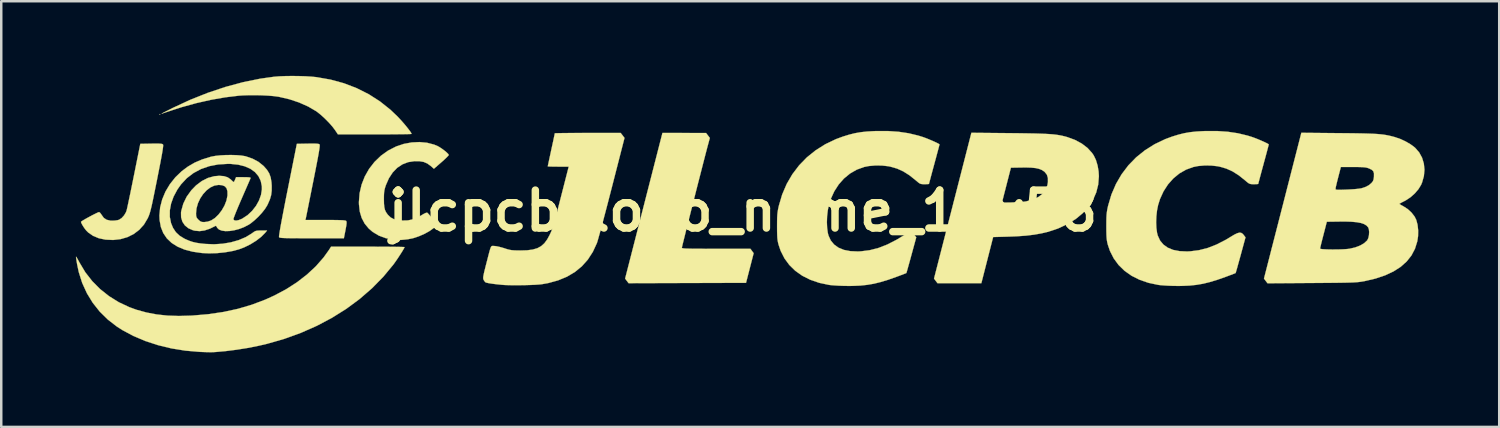
<source format=kicad_pcb>
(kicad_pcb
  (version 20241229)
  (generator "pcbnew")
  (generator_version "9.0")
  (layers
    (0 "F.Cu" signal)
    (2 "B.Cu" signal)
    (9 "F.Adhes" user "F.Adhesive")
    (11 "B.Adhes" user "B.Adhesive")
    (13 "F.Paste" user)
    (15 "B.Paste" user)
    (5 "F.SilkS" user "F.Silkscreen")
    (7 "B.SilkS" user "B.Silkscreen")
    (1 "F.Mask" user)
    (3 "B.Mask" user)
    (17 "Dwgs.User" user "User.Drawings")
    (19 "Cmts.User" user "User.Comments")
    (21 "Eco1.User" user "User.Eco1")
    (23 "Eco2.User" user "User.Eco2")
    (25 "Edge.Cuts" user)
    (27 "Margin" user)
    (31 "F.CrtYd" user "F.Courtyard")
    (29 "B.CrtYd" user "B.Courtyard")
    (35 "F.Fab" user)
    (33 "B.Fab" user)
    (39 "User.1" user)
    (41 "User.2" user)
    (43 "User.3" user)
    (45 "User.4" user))
  (footprint "jlcpcb_logo_name_17x58"
    (layer "F.Cu")
    (at 26.816 5.427)
    (property "Reference" "jlcpcb_logo_name_17x58" (at 0 0 0) (layer "F.SilkS") (effects (font (size 1.524 1.524) (thickness 0.3))))
    (attr through_hole)
    (fp_poly (pts (xy -23.424 -3.881) (xy -23.439 -3.866) (xy -23.453 -3.881) (xy -23.439 -3.895) (xy -23.424 -3.881)) (stroke (width 0.01) (type solid)) (fill yes) (layer "F.SilkS"))
    (fp_poly (pts (xy -1.482 -3.131) (xy -1.406 -3.031) (xy -1.331 -2.932) (xy -1.397 -2.687) (xy -1.43 -2.566) (xy -1.472 -2.405) (xy -1.523 -2.209) (xy -1.581 -1.984) (xy -1.645 -1.734) (xy -1.714 -1.465) (xy -1.787 -1.181) (xy -1.862 -0.888) (xy -1.937 -0.591) (xy -2.012 -0.295) (xy -2.086 -0.006) (xy -2.156 0.272) (xy -2.222 0.534) (xy -2.283 0.774) (xy -2.336 0.988) (xy -2.381 1.169) (xy -2.417 1.313) (xy -2.441 1.416) (xy -2.454 1.471) (xy -2.455 1.478) (xy -2.451 1.489) (xy -2.436 1.498) (xy -2.406 1.505) (xy -2.355 1.511) (xy -2.279 1.515) (xy -2.174 1.518) (xy -2.036 1.521) (xy -1.858 1.522) (xy -1.638 1.523) (xy -1.37 1.524) (xy -1.078 1.524) (xy 0.3 1.524) (xy 0.431 1.701) (xy 0.124 2.893) (xy -2.237 2.9) (xy -4.597 2.907) (xy -4.737 2.723) (xy -3.236 -3.133) (xy -1.482 -3.131)) (stroke (width 0.01) (type solid)) (fill yes) (layer "F.SilkS"))
    (fp_poly (pts (xy -17.195 -2.704) (xy -17.109 -2.699) (xy -17.056 -2.69) (xy -17.026 -2.676) (xy -17.02 -2.67) (xy -17.014 -2.65) (xy -17.014 -2.609) (xy -17.021 -2.543) (xy -17.034 -2.448) (xy -17.055 -2.32) (xy -17.085 -2.154) (xy -17.124 -1.948) (xy -17.173 -1.696) (xy -17.232 -1.396) (xy -17.272 -1.194) (xy -17.328 -0.916) (xy -17.38 -0.653) (xy -17.429 -0.411) (xy -17.472 -0.195) (xy -17.509 -0.011) (xy -17.539 0.136) (xy -17.56 0.24) (xy -17.572 0.296) (xy -17.573 0.303) (xy -17.589 0.367) (xy -16.785 0.367) (xy -16.543 0.367) (xy -16.352 0.369) (xy -16.205 0.372) (xy -16.098 0.376) (xy -16.024 0.383) (xy -15.977 0.391) (xy -15.952 0.402) (xy -15.948 0.407) (xy -15.935 0.438) (xy -15.934 0.495) (xy -15.944 0.586) (xy -15.968 0.72) (xy -15.978 0.774) (xy -16.042 1.101) (xy -17.333 1.101) (xy -17.639 1.101) (xy -17.894 1.1) (xy -18.102 1.099) (xy -18.267 1.097) (xy -18.396 1.094) (xy -18.492 1.09) (xy -18.56 1.085) (xy -18.605 1.078) (xy -18.632 1.07) (xy -18.646 1.06) (xy -18.649 1.056) (xy -18.649 1.018) (xy -18.637 0.925) (xy -18.613 0.777) (xy -18.578 0.575) (xy -18.53 0.32) (xy -18.471 0.011) (xy -18.401 -0.35) (xy -18.319 -0.765) (xy -18.303 -0.842) (xy -17.933 -2.695) (xy -17.493 -2.703) (xy -17.32 -2.705) (xy -17.195 -2.704)) (stroke (width 0.01) (type solid)) (fill yes) (layer "F.SilkS"))
    (fp_poly (pts (xy -17.858 -5.419) (xy -17.589 -5.411) (xy -17.345 -5.396) (xy -17.145 -5.376) (xy -16.58 -5.277) (xy -16.041 -5.13) (xy -15.529 -4.934) (xy -15.045 -4.691) (xy -14.592 -4.401) (xy -14.171 -4.066) (xy -13.884 -3.792) (xy -13.77 -3.67) (xy -13.656 -3.542) (xy -13.549 -3.416) (xy -13.456 -3.3) (xy -13.382 -3.202) (xy -13.335 -3.13) (xy -13.321 -3.094) (xy -13.348 -3.09) (xy -13.427 -3.087) (xy -13.551 -3.084) (xy -13.717 -3.082) (xy -13.918 -3.08) (xy -14.149 -3.078) (xy -14.406 -3.077) (xy -14.682 -3.076) (xy -14.802 -3.076) (xy -16.282 -3.076) (xy -16.401 -3.253) (xy -16.509 -3.395) (xy -16.65 -3.554) (xy -16.808 -3.714) (xy -16.969 -3.861) (xy -17.118 -3.98) (xy -17.155 -4.006) (xy -17.478 -4.195) (xy -17.842 -4.357) (xy -18.236 -4.488) (xy -18.649 -4.584) (xy -18.669 -4.588) (xy -18.852 -4.613) (xy -19.077 -4.632) (xy -19.329 -4.645) (xy -19.594 -4.651) (xy -19.856 -4.65) (xy -20.102 -4.642) (xy -20.264 -4.631) (xy -20.81 -4.565) (xy -21.384 -4.465) (xy -21.969 -4.333) (xy -22.553 -4.172) (xy -22.888 -4.065) (xy -23.038 -4.015) (xy -23.172 -3.971) (xy -23.278 -3.936) (xy -23.348 -3.913) (xy -23.368 -3.907) (xy -23.358 -3.915) (xy -23.303 -3.944) (xy -23.212 -3.992) (xy -23.091 -4.053) (xy -22.947 -4.125) (xy -22.931 -4.134) (xy -22.227 -4.461) (xy -21.516 -4.744) (xy -20.804 -4.982) (xy -20.096 -5.173) (xy -19.398 -5.315) (xy -18.852 -5.391) (xy -18.648 -5.408) (xy -18.404 -5.418) (xy -18.135 -5.422) (xy -17.858 -5.419)) (stroke (width 0.01) (type solid)) (fill yes) (layer "F.SilkS"))
    (fp_poly (pts (xy -23.488 -2.704) (xy -23.402 -2.699) (xy -23.349 -2.69) (xy -23.32 -2.675) (xy -23.314 -2.67) (xy -23.308 -2.65) (xy -23.308 -2.607) (xy -23.315 -2.539) (xy -23.329 -2.441) (xy -23.351 -2.308) (xy -23.382 -2.137) (xy -23.422 -1.924) (xy -23.473 -1.664) (xy -23.534 -1.355) (xy -23.548 -1.282) (xy -23.611 -0.97) (xy -23.664 -0.708) (xy -23.708 -0.491) (xy -23.746 -0.312) (xy -23.778 -0.168) (xy -23.807 -0.051) (xy -23.832 0.043) (xy -23.856 0.12) (xy -23.879 0.186) (xy -23.904 0.245) (xy -23.931 0.303) (xy -23.931 0.303) (xy -24.079 0.551) (xy -24.267 0.76) (xy -24.489 0.929) (xy -24.742 1.055) (xy -25.02 1.136) (xy -25.319 1.17) (xy -25.626 1.156) (xy -25.891 1.101) (xy -26.123 1.005) (xy -26.317 0.871) (xy -26.396 0.793) (xy -26.454 0.721) (xy -26.513 0.636) (xy -26.564 0.551) (xy -26.599 0.482) (xy -26.61 0.441) (xy -26.608 0.436) (xy -26.566 0.405) (xy -26.488 0.358) (xy -26.386 0.299) (xy -26.27 0.236) (xy -26.153 0.173) (xy -26.043 0.118) (xy -25.954 0.075) (xy -25.896 0.051) (xy -25.881 0.048) (xy -25.84 0.079) (xy -25.793 0.141) (xy -25.78 0.163) (xy -25.692 0.283) (xy -25.577 0.358) (xy -25.428 0.392) (xy -25.353 0.395) (xy -25.24 0.389) (xy -25.136 0.373) (xy -25.079 0.356) (xy -24.976 0.289) (xy -24.879 0.183) (xy -24.804 0.057) (xy -24.779 -0.009) (xy -24.766 -0.06) (xy -24.743 -0.161) (xy -24.712 -0.305) (xy -24.674 -0.486) (xy -24.629 -0.698) (xy -24.581 -0.934) (xy -24.529 -1.189) (xy -24.484 -1.411) (xy -24.226 -2.695) (xy -23.787 -2.703) (xy -23.613 -2.705) (xy -23.488 -2.704)) (stroke (width 0.01) (type solid)) (fill yes) (layer "F.SilkS"))
    (fp_poly (pts (xy 10.723 -3.125) (xy 11.102 -3.121) (xy 11.429 -3.116) (xy 11.711 -3.111) (xy 11.951 -3.104) (xy 12.157 -3.096) (xy 12.332 -3.086) (xy 12.483 -3.074) (xy 12.614 -3.058) (xy 12.73 -3.04) (xy 12.838 -3.018) (xy 12.942 -2.993) (xy 13.048 -2.963) (xy 13.053 -2.961) (xy 13.357 -2.848) (xy 13.625 -2.703) (xy 13.853 -2.528) (xy 14.035 -2.327) (xy 14.104 -2.225) (xy 14.191 -2.042) (xy 14.257 -1.823) (xy 14.297 -1.588) (xy 14.309 -1.394) (xy 14.282 -1.058) (xy 14.202 -0.74) (xy 14.072 -0.441) (xy 13.892 -0.164) (xy 13.664 0.089) (xy 13.39 0.317) (xy 13.071 0.518) (xy 12.709 0.689) (xy 12.559 0.746) (xy 12.291 0.833) (xy 12.011 0.902) (xy 11.71 0.956) (xy 11.379 0.996) (xy 11.009 1.022) (xy 10.681 1.035) (xy 10.058 1.052) (xy 9.821 1.98) (xy 9.584 2.907) (xy 7.82 2.907) (xy 7.751 2.815) (xy 7.681 2.723) (xy 8.468 -0.346) (xy 10.415 -0.346) (xy 10.44 -0.338) (xy 10.51 -0.334) (xy 10.615 -0.334) (xy 10.744 -0.336) (xy 10.886 -0.342) (xy 11.031 -0.349) (xy 11.168 -0.358) (xy 11.285 -0.368) (xy 11.373 -0.379) (xy 11.392 -0.383) (xy 11.658 -0.457) (xy 11.876 -0.558) (xy 12.044 -0.687) (xy 12.165 -0.845) (xy 12.239 -1.032) (xy 12.26 -1.157) (xy 12.259 -1.323) (xy 12.217 -1.456) (xy 12.13 -1.565) (xy 12.107 -1.584) (xy 12.014 -1.645) (xy 11.902 -1.69) (xy 11.763 -1.721) (xy 11.589 -1.738) (xy 11.372 -1.745) (xy 11.218 -1.743) (xy 10.772 -1.736) (xy 10.594 -1.044) (xy 10.546 -0.856) (xy 10.502 -0.686) (xy 10.466 -0.543) (xy 10.438 -0.434) (xy 10.42 -0.366) (xy 10.415 -0.346) (xy 8.468 -0.346) (xy 9.184 -3.139) (xy 10.723 -3.125)) (stroke (width 0.01) (type solid)) (fill yes) (layer "F.SilkS"))
    (fp_poly (pts (xy -14.797 1.44) (xy -14.532 1.441) (xy -14.29 1.442) (xy -14.076 1.444) (xy -13.896 1.446) (xy -13.754 1.449) (xy -13.656 1.452) (xy -13.608 1.455) (xy -13.603 1.457) (xy -13.618 1.493) (xy -13.659 1.566) (xy -13.719 1.665) (xy -13.793 1.78) (xy -13.872 1.901) (xy -13.952 2.018) (xy -14.025 2.121) (xy -14.046 2.15) (xy -14.456 2.646) (xy -14.911 3.11) (xy -15.409 3.542) (xy -15.947 3.939) (xy -16.522 4.299) (xy -17.132 4.622) (xy -17.774 4.905) (xy -18.446 5.148) (xy -19.145 5.348) (xy -19.505 5.431) (xy -19.918 5.512) (xy -20.351 5.581) (xy -20.782 5.636) (xy -21.189 5.673) (xy -21.294 5.679) (xy -21.374 5.681) (xy -21.496 5.68) (xy -21.644 5.676) (xy -21.803 5.67) (xy -21.844 5.668) (xy -22.415 5.619) (xy -22.973 5.529) (xy -23.511 5.399) (xy -24.023 5.232) (xy -24.503 5.029) (xy -24.945 4.793) (xy -25.166 4.652) (xy -25.532 4.369) (xy -25.857 4.049) (xy -26.138 3.695) (xy -26.373 3.31) (xy -26.562 2.897) (xy -26.701 2.457) (xy -26.766 2.147) (xy -26.786 2.028) (xy -26.801 1.927) (xy -26.81 1.86) (xy -26.811 1.843) (xy -26.799 1.851) (xy -26.767 1.901) (xy -26.72 1.985) (xy -26.668 2.081) (xy -26.436 2.469) (xy -26.159 2.824) (xy -25.84 3.145) (xy -25.483 3.428) (xy -25.093 3.671) (xy -24.671 3.869) (xy -24.381 3.975) (xy -23.98 4.085) (xy -23.569 4.163) (xy -23.137 4.21) (xy -22.676 4.225) (xy -22.175 4.211) (xy -22.15 4.21) (xy -21.498 4.154) (xy -20.884 4.064) (xy -20.302 3.938) (xy -19.744 3.773) (xy -19.204 3.569) (xy -18.838 3.403) (xy -18.364 3.151) (xy -17.924 2.868) (xy -17.524 2.558) (xy -17.166 2.225) (xy -16.856 1.871) (xy -16.647 1.579) (xy -16.557 1.439) (xy -15.08 1.439) (xy -14.797 1.44)) (stroke (width 0.01) (type solid)) (fill yes) (layer "F.SilkS"))
    (fp_poly (pts (xy -12.7 -2.738) (xy -12.419 -2.665) (xy -12.291 -2.614) (xy -12.203 -2.566) (xy -12.104 -2.501) (xy -12.006 -2.429) (xy -11.919 -2.357) (xy -11.855 -2.295) (xy -11.826 -2.253) (xy -11.825 -2.248) (xy -11.845 -2.218) (xy -11.901 -2.159) (xy -11.984 -2.079) (xy -12.087 -1.985) (xy -12.124 -1.953) (xy -12.423 -1.693) (xy -12.549 -1.804) (xy -12.688 -1.905) (xy -12.837 -1.968) (xy -13.011 -1.997) (xy -13.204 -1.998) (xy -13.459 -1.959) (xy -13.692 -1.869) (xy -13.9 -1.73) (xy -14.08 -1.543) (xy -14.232 -1.311) (xy -14.354 -1.034) (xy -14.355 -1.029) (xy -14.39 -0.923) (xy -14.413 -0.83) (xy -14.426 -0.734) (xy -14.432 -0.617) (xy -14.433 -0.466) (xy -14.43 -0.287) (xy -14.417 -0.151) (xy -14.392 -0.044) (xy -14.352 0.046) (xy -14.291 0.134) (xy -14.264 0.167) (xy -14.161 0.265) (xy -14.038 0.331) (xy -13.884 0.371) (xy -13.702 0.389) (xy -13.469 0.383) (xy -13.258 0.338) (xy -13.051 0.251) (xy -12.909 0.167) (xy -12.819 0.114) (xy -12.743 0.08) (xy -12.697 0.07) (xy -12.695 0.071) (xy -12.662 0.099) (xy -12.605 0.163) (xy -12.532 0.252) (xy -12.473 0.33) (xy -12.293 0.573) (xy -12.415 0.678) (xy -12.59 0.805) (xy -12.802 0.924) (xy -13.033 1.024) (xy -13.264 1.1) (xy -13.476 1.142) (xy -13.481 1.142) (xy -13.632 1.158) (xy -13.742 1.168) (xy -13.828 1.171) (xy -13.905 1.17) (xy -13.988 1.163) (xy -14.041 1.157) (xy -14.355 1.098) (xy -14.636 0.995) (xy -14.881 0.849) (xy -15.043 0.71) (xy -15.208 0.51) (xy -15.327 0.284) (xy -15.403 0.029) (xy -15.436 -0.261) (xy -15.438 -0.355) (xy -15.41 -0.711) (xy -15.33 -1.056) (xy -15.201 -1.384) (xy -15.027 -1.69) (xy -14.811 -1.968) (xy -14.556 -2.214) (xy -14.267 -2.422) (xy -13.947 -2.586) (xy -13.936 -2.591) (xy -13.631 -2.693) (xy -13.316 -2.751) (xy -13.003 -2.766) (xy -12.7 -2.738)) (stroke (width 0.01) (type solid)) (fill yes) (layer "F.SilkS"))
    (fp_poly (pts (xy -4.837 -3.033) (xy -4.761 -2.933) (xy -5.276 -0.923) (xy -5.362 -0.59) (xy -5.445 -0.269) (xy -5.525 0.036) (xy -5.6 0.32) (xy -5.669 0.578) (xy -5.73 0.805) (xy -5.783 0.995) (xy -5.825 1.145) (xy -5.856 1.25) (xy -5.872 1.298) (xy -6.035 1.649) (xy -6.236 1.959) (xy -6.476 2.228) (xy -6.755 2.457) (xy -7.074 2.646) (xy -7.432 2.794) (xy -7.83 2.903) (xy -8.081 2.948) (xy -8.198 2.96) (xy -8.359 2.971) (xy -8.552 2.979) (xy -8.765 2.985) (xy -8.985 2.988) (xy -9.2 2.989) (xy -9.398 2.986) (xy -9.566 2.981) (xy -9.68 2.973) (xy -9.894 2.951) (xy -10.074 2.929) (xy -10.215 2.907) (xy -10.309 2.887) (xy -10.352 2.871) (xy -10.393 2.824) (xy -10.427 2.768) (xy -10.438 2.737) (xy -10.442 2.697) (xy -10.438 2.641) (xy -10.423 2.559) (xy -10.398 2.444) (xy -10.359 2.288) (xy -10.33 2.173) (xy -10.272 1.948) (xy -10.227 1.772) (xy -10.192 1.639) (xy -10.164 1.543) (xy -10.141 1.477) (xy -10.121 1.437) (xy -10.099 1.416) (xy -10.075 1.409) (xy -10.046 1.409) (xy -10.009 1.411) (xy -10 1.411) (xy -9.915 1.42) (xy -9.798 1.445) (xy -9.666 1.48) (xy -9.598 1.501) (xy -9.482 1.539) (xy -9.385 1.564) (xy -9.293 1.58) (xy -9.188 1.588) (xy -9.054 1.592) (xy -8.946 1.593) (xy -8.676 1.585) (xy -8.451 1.555) (xy -8.265 1.501) (xy -8.111 1.417) (xy -7.981 1.3) (xy -7.868 1.147) (xy -7.776 0.977) (xy -7.744 0.912) (xy -7.716 0.852) (xy -7.691 0.791) (xy -7.665 0.725) (xy -7.639 0.649) (xy -7.611 0.557) (xy -7.578 0.444) (xy -7.54 0.304) (xy -7.494 0.133) (xy -7.44 -0.075) (xy -7.376 -0.325) (xy -7.3 -0.623) (xy -7.266 -0.755) (xy -7.004 -1.778) (xy -7.425 -1.778) (xy -7.572 -1.779) (xy -7.696 -1.781) (xy -7.789 -1.784) (xy -7.839 -1.788) (xy -7.846 -1.79) (xy -7.84 -1.82) (xy -7.824 -1.897) (xy -7.799 -2.014) (xy -7.767 -2.163) (xy -7.73 -2.335) (xy -7.705 -2.453) (xy -7.665 -2.636) (xy -7.629 -2.801) (xy -7.6 -2.939) (xy -7.578 -3.043) (xy -7.566 -3.104) (xy -7.564 -3.118) (xy -7.536 -3.121) (xy -7.458 -3.123) (xy -7.334 -3.126) (xy -7.171 -3.128) (xy -6.973 -3.13) (xy -6.746 -3.132) (xy -6.496 -3.132) (xy -6.239 -3.133) (xy -4.914 -3.133) (xy -4.837 -3.033)) (stroke (width 0.01) (type solid)) (fill yes) (layer "F.SilkS"))
    (fp_poly (pts (xy 6.257 -3.18) (xy 6.659 -3.12) (xy 7.046 -3.027) (xy 7.221 -2.973) (xy 7.322 -2.937) (xy 7.44 -2.891) (xy 7.565 -2.839) (xy 7.684 -2.787) (xy 7.787 -2.739) (xy 7.863 -2.7) (xy 7.9 -2.675) (xy 7.902 -2.671) (xy 7.895 -2.642) (xy 7.875 -2.565) (xy 7.844 -2.447) (xy 7.803 -2.296) (xy 7.756 -2.118) (xy 7.702 -1.921) (xy 7.691 -1.878) (xy 7.636 -1.677) (xy 7.587 -1.495) (xy 7.545 -1.338) (xy 7.512 -1.213) (xy 7.489 -1.127) (xy 7.479 -1.087) (xy 7.479 -1.085) (xy 7.453 -1.078) (xy 7.386 -1.074) (xy 7.302 -1.072) (xy 7.214 -1.074) (xy 7.15 -1.084) (xy 7.094 -1.109) (xy 7.029 -1.158) (xy 6.948 -1.227) (xy 6.693 -1.431) (xy 6.446 -1.587) (xy 6.196 -1.7) (xy 5.933 -1.776) (xy 5.838 -1.795) (xy 5.585 -1.823) (xy 5.317 -1.825) (xy 5.058 -1.802) (xy 4.869 -1.764) (xy 4.577 -1.658) (xy 4.307 -1.503) (xy 4.063 -1.303) (xy 3.85 -1.062) (xy 3.671 -0.785) (xy 3.53 -0.476) (xy 3.453 -0.232) (xy 3.41 -0.017) (xy 3.383 0.218) (xy 3.375 0.456) (xy 3.384 0.682) (xy 3.411 0.881) (xy 3.439 0.991) (xy 3.531 1.191) (xy 3.666 1.354) (xy 3.842 1.48) (xy 4.06 1.569) (xy 4.318 1.619) (xy 4.617 1.632) (xy 4.744 1.626) (xy 5.097 1.581) (xy 5.448 1.491) (xy 5.804 1.352) (xy 6.17 1.164) (xy 6.361 1.049) (xy 6.515 0.957) (xy 6.632 0.9) (xy 6.722 0.875) (xy 6.793 0.883) (xy 6.852 0.921) (xy 6.895 0.969) (xy 6.967 1.064) (xy 6.772 1.778) (xy 6.72 1.969) (xy 6.672 2.141) (xy 6.631 2.288) (xy 6.599 2.401) (xy 6.578 2.474) (xy 6.57 2.499) (xy 6.542 2.511) (xy 6.47 2.539) (xy 6.365 2.579) (xy 6.235 2.628) (xy 6.167 2.653) (xy 5.836 2.77) (xy 5.539 2.86) (xy 5.264 2.928) (xy 4.995 2.974) (xy 4.719 3.003) (xy 4.422 3.016) (xy 4.219 3.017) (xy 4.033 3.014) (xy 3.845 3.007) (xy 3.671 2.996) (xy 3.527 2.984) (xy 3.457 2.975) (xy 3.064 2.892) (xy 2.706 2.769) (xy 2.386 2.608) (xy 2.105 2.41) (xy 1.866 2.177) (xy 1.669 1.909) (xy 1.517 1.609) (xy 1.433 1.363) (xy 1.411 1.274) (xy 1.394 1.187) (xy 1.383 1.09) (xy 1.377 0.972) (xy 1.373 0.821) (xy 1.372 0.626) (xy 1.372 0.621) (xy 1.373 0.425) (xy 1.376 0.272) (xy 1.383 0.149) (xy 1.395 0.042) (xy 1.412 -0.063) (xy 1.437 -0.178) (xy 1.445 -0.212) (xy 1.578 -0.661) (xy 1.759 -1.082) (xy 1.986 -1.472) (xy 2.257 -1.829) (xy 2.57 -2.151) (xy 2.923 -2.435) (xy 3.313 -2.68) (xy 3.74 -2.884) (xy 4.022 -2.988) (xy 4.269 -3.064) (xy 4.502 -3.122) (xy 4.737 -3.163) (xy 4.99 -3.19) (xy 5.278 -3.206) (xy 5.364 -3.209) (xy 5.829 -3.209) (xy 6.257 -3.18)) (stroke (width 0.01) (type solid)) (fill yes) (layer "F.SilkS"))
    (fp_poly (pts (xy 19.493 -3.18) (xy 19.895 -3.12) (xy 20.282 -3.027) (xy 20.457 -2.973) (xy 20.558 -2.937) (xy 20.677 -2.891) (xy 20.801 -2.839) (xy 20.92 -2.787) (xy 21.023 -2.739) (xy 21.099 -2.7) (xy 21.136 -2.675) (xy 21.138 -2.671) (xy 21.131 -2.642) (xy 21.111 -2.565) (xy 21.08 -2.447) (xy 21.04 -2.296) (xy 20.992 -2.118) (xy 20.938 -1.921) (xy 20.927 -1.878) (xy 20.872 -1.677) (xy 20.823 -1.495) (xy 20.781 -1.338) (xy 20.748 -1.213) (xy 20.725 -1.127) (xy 20.715 -1.087) (xy 20.715 -1.085) (xy 20.689 -1.078) (xy 20.622 -1.074) (xy 20.539 -1.072) (xy 20.45 -1.074) (xy 20.387 -1.084) (xy 20.331 -1.109) (xy 20.265 -1.158) (xy 20.185 -1.227) (xy 19.929 -1.431) (xy 19.682 -1.587) (xy 19.432 -1.7) (xy 19.169 -1.776) (xy 19.074 -1.795) (xy 18.821 -1.823) (xy 18.553 -1.825) (xy 18.295 -1.802) (xy 18.106 -1.764) (xy 17.813 -1.658) (xy 17.543 -1.503) (xy 17.3 -1.303) (xy 17.086 -1.062) (xy 16.907 -0.785) (xy 16.766 -0.476) (xy 16.689 -0.232) (xy 16.646 -0.017) (xy 16.62 0.218) (xy 16.611 0.456) (xy 16.62 0.682) (xy 16.647 0.881) (xy 16.675 0.991) (xy 16.767 1.191) (xy 16.902 1.354) (xy 17.078 1.48) (xy 17.296 1.569) (xy 17.554 1.619) (xy 17.853 1.632) (xy 17.98 1.626) (xy 18.333 1.581) (xy 18.684 1.491) (xy 19.04 1.352) (xy 19.407 1.164) (xy 19.598 1.049) (xy 19.751 0.957) (xy 19.868 0.9) (xy 19.958 0.875) (xy 20.029 0.883) (xy 20.089 0.921) (xy 20.131 0.969) (xy 20.203 1.064) (xy 20.009 1.778) (xy 19.956 1.969) (xy 19.908 2.141) (xy 19.868 2.288) (xy 19.835 2.401) (xy 19.814 2.474) (xy 19.806 2.499) (xy 19.778 2.511) (xy 19.707 2.539) (xy 19.601 2.579) (xy 19.471 2.628) (xy 19.403 2.653) (xy 19.072 2.77) (xy 18.775 2.86) (xy 18.5 2.928) (xy 18.231 2.974) (xy 17.955 3.003) (xy 17.658 3.016) (xy 17.455 3.017) (xy 17.269 3.014) (xy 17.081 3.007) (xy 16.907 2.996) (xy 16.763 2.984) (xy 16.693 2.975) (xy 16.3 2.892) (xy 15.942 2.769) (xy 15.622 2.608) (xy 15.341 2.41) (xy 15.102 2.177) (xy 14.905 1.909) (xy 14.753 1.609) (xy 14.669 1.363) (xy 14.647 1.274) (xy 14.631 1.187) (xy 14.62 1.09) (xy 14.613 0.972) (xy 14.609 0.821) (xy 14.608 0.626) (xy 14.608 0.621) (xy 14.609 0.425) (xy 14.612 0.272) (xy 14.619 0.149) (xy 14.631 0.042) (xy 14.648 -0.063) (xy 14.673 -0.178) (xy 14.681 -0.212) (xy 14.814 -0.661) (xy 14.996 -1.082) (xy 15.223 -1.472) (xy 15.493 -1.829) (xy 15.806 -2.151) (xy 16.159 -2.435) (xy 16.55 -2.68) (xy 16.977 -2.884) (xy 17.258 -2.988) (xy 17.505 -3.064) (xy 17.738 -3.122) (xy 17.973 -3.163) (xy 18.226 -3.19) (xy 18.514 -3.206) (xy 18.6 -3.209) (xy 19.066 -3.209) (xy 19.493 -3.18)) (stroke (width 0.01) (type solid)) (fill yes) (layer "F.SilkS"))
    (fp_poly (pts (xy 23.959 -3.125) (xy 24.322 -3.122) (xy 24.634 -3.118) (xy 24.901 -3.113) (xy 25.128 -3.107) (xy 25.321 -3.1) (xy 25.486 -3.091) (xy 25.627 -3.079) (xy 25.751 -3.065) (xy 25.863 -3.047) (xy 25.969 -3.026) (xy 26.075 -3.001) (xy 26.185 -2.972) (xy 26.218 -2.962) (xy 26.43 -2.889) (xy 26.644 -2.789) (xy 26.842 -2.673) (xy 27.005 -2.551) (xy 27.021 -2.537) (xy 27.183 -2.352) (xy 27.3 -2.139) (xy 27.372 -1.903) (xy 27.397 -1.654) (xy 27.374 -1.398) (xy 27.302 -1.143) (xy 27.262 -1.047) (xy 27.155 -0.872) (xy 27.007 -0.7) (xy 26.832 -0.545) (xy 26.642 -0.42) (xy 26.594 -0.395) (xy 26.499 -0.347) (xy 26.428 -0.308) (xy 26.392 -0.285) (xy 26.39 -0.282) (xy 26.412 -0.263) (xy 26.471 -0.227) (xy 26.55 -0.184) (xy 26.724 -0.072) (xy 26.878 0.07) (xy 27 0.228) (xy 27.066 0.359) (xy 27.119 0.555) (xy 27.144 0.781) (xy 27.14 1.015) (xy 27.109 1.224) (xy 27.016 1.522) (xy 26.874 1.792) (xy 26.683 2.033) (xy 26.444 2.247) (xy 26.156 2.432) (xy 25.819 2.59) (xy 25.433 2.72) (xy 24.999 2.822) (xy 24.977 2.826) (xy 24.908 2.838) (xy 24.841 2.849) (xy 24.771 2.858) (xy 24.693 2.866) (xy 24.602 2.872) (xy 24.493 2.878) (xy 24.361 2.882) (xy 24.202 2.886) (xy 24.01 2.889) (xy 23.781 2.892) (xy 23.509 2.894) (xy 23.19 2.897) (xy 22.87 2.899) (xy 21.088 2.911) (xy 21.017 2.817) (xy 20.945 2.723) (xy 21.254 1.517) (xy 23.2 1.517) (xy 23.226 1.529) (xy 23.299 1.539) (xy 23.408 1.546) (xy 23.545 1.551) (xy 23.699 1.553) (xy 23.861 1.552) (xy 24.02 1.549) (xy 24.168 1.542) (xy 24.294 1.533) (xy 24.378 1.523) (xy 24.607 1.471) (xy 24.807 1.395) (xy 24.972 1.3) (xy 25.09 1.191) (xy 25.1 1.178) (xy 25.141 1.091) (xy 25.166 0.974) (xy 25.173 0.849) (xy 25.162 0.737) (xy 25.135 0.664) (xy 25.068 0.59) (xy 24.971 0.531) (xy 24.839 0.486) (xy 24.668 0.455) (xy 24.454 0.436) (xy 24.192 0.428) (xy 23.977 0.43) (xy 23.472 0.437) (xy 23.337 0.96) (xy 23.294 1.125) (xy 23.257 1.272) (xy 23.228 1.392) (xy 23.208 1.477) (xy 23.2 1.516) (xy 23.2 1.517) (xy 21.254 1.517) (xy 21.697 -0.208) (xy 21.872 -0.892) (xy 23.821 -0.892) (xy 23.823 -0.872) (xy 23.837 -0.858) (xy 23.869 -0.85) (xy 23.928 -0.846) (xy 24.022 -0.847) (xy 24.159 -0.851) (xy 24.278 -0.855) (xy 24.446 -0.864) (xy 24.605 -0.875) (xy 24.742 -0.889) (xy 24.844 -0.904) (xy 24.878 -0.912) (xy 25.043 -0.968) (xy 25.169 -1.037) (xy 25.271 -1.126) (xy 25.322 -1.19) (xy 25.35 -1.26) (xy 25.365 -1.36) (xy 25.366 -1.384) (xy 25.367 -1.505) (xy 25.342 -1.589) (xy 25.282 -1.65) (xy 25.178 -1.702) (xy 25.15 -1.713) (xy 25.09 -1.733) (xy 25.02 -1.747) (xy 24.929 -1.756) (xy 24.808 -1.761) (xy 24.646 -1.764) (xy 24.528 -1.764) (xy 24.036 -1.764) (xy 23.93 -1.355) (xy 23.892 -1.207) (xy 23.86 -1.075) (xy 23.836 -0.971) (xy 23.823 -0.906) (xy 23.821 -0.892) (xy 21.872 -0.892) (xy 22.448 -3.139) (xy 23.959 -3.125)) (stroke (width 0.01) (type solid)) (fill yes) (layer "F.SilkS"))
    (fp_poly (pts (xy -20.363 -2.24) (xy -20.171 -2.225) (xy -20.017 -2.2) (xy -19.981 -2.191) (xy -19.708 -2.096) (xy -19.477 -1.972) (xy -19.281 -1.815) (xy -19.259 -1.794) (xy -19.133 -1.651) (xy -19.043 -1.506) (xy -18.985 -1.345) (xy -18.953 -1.153) (xy -18.943 -1.011) (xy -18.944 -0.809) (xy -18.966 -0.633) (xy -19.016 -0.462) (xy -19.097 -0.276) (xy -19.129 -0.212) (xy -19.216 -0.074) (xy -19.338 0.08) (xy -19.482 0.236) (xy -19.636 0.38) (xy -19.785 0.501) (xy -19.873 0.559) (xy -20.06 0.655) (xy -20.255 0.729) (xy -20.449 0.78) (xy -20.635 0.809) (xy -20.804 0.814) (xy -20.949 0.794) (xy -21.062 0.75) (xy -21.135 0.68) (xy -21.143 0.664) (xy -21.172 0.615) (xy -21.193 0.6) (xy -21.429 0.716) (xy -21.642 0.787) (xy -21.839 0.814) (xy -22.028 0.798) (xy -22.109 0.778) (xy -22.292 0.699) (xy -22.435 0.583) (xy -22.534 0.435) (xy -22.586 0.259) (xy -22.589 0.092) (xy -21.985 0.092) (xy -21.982 0.191) (xy -21.967 0.256) (xy -21.932 0.31) (xy -21.889 0.356) (xy -21.819 0.417) (xy -21.753 0.445) (xy -21.662 0.451) (xy -21.656 0.451) (xy -21.514 0.432) (xy -21.378 0.385) (xy -21.226 0.288) (xy -21.08 0.146) (xy -20.948 -0.027) (xy -20.839 -0.219) (xy -20.762 -0.418) (xy -20.723 -0.611) (xy -20.721 -0.626) (xy -20.723 -0.789) (xy -20.758 -0.908) (xy -20.828 -0.988) (xy -20.939 -1.032) (xy -21.082 -1.044) (xy -21.247 -1.017) (xy -21.409 -0.942) (xy -21.563 -0.825) (xy -21.701 -0.675) (xy -21.819 -0.499) (xy -21.909 -0.305) (xy -21.967 -0.1) (xy -21.985 0.092) (xy -22.589 0.092) (xy -22.589 0.063) (xy -22.58 0.004) (xy -22.497 -0.291) (xy -22.362 -0.569) (xy -22.175 -0.828) (xy -21.985 -1.024) (xy -21.754 -1.199) (xy -21.509 -1.323) (xy -21.253 -1.393) (xy -21.054 -1.41) (xy -20.864 -1.396) (xy -20.712 -1.348) (xy -20.591 -1.264) (xy -20.58 -1.253) (xy -20.521 -1.197) (xy -20.48 -1.162) (xy -20.471 -1.157) (xy -20.453 -1.18) (xy -20.425 -1.238) (xy -20.417 -1.256) (xy -20.376 -1.355) (xy -20.077 -1.355) (xy -19.938 -1.353) (xy -19.849 -1.348) (xy -19.802 -1.337) (xy -19.791 -1.322) (xy -19.792 -1.319) (xy -19.806 -1.286) (xy -19.84 -1.207) (xy -19.891 -1.089) (xy -19.956 -0.94) (xy -20.032 -0.766) (xy -20.116 -0.573) (xy -20.149 -0.497) (xy -20.235 -0.299) (xy -20.312 -0.116) (xy -20.378 0.044) (xy -20.43 0.176) (xy -20.466 0.273) (xy -20.483 0.327) (xy -20.483 0.335) (xy -20.45 0.378) (xy -20.379 0.391) (xy -20.278 0.373) (xy -20.157 0.326) (xy -20.118 0.306) (xy -19.912 0.17) (xy -19.73 -0.002) (xy -19.575 -0.2) (xy -19.455 -0.416) (xy -19.374 -0.639) (xy -19.338 -0.862) (xy -19.34 -0.987) (xy -19.385 -1.207) (xy -19.479 -1.399) (xy -19.618 -1.561) (xy -19.8 -1.692) (xy -20.025 -1.791) (xy -20.289 -1.857) (xy -20.591 -1.888) (xy -20.704 -1.89) (xy -21.094 -1.867) (xy -21.456 -1.797) (xy -21.788 -1.681) (xy -22.089 -1.52) (xy -22.357 -1.314) (xy -22.589 -1.065) (xy -22.736 -0.857) (xy -22.887 -0.575) (xy -22.988 -0.295) (xy -23.039 -0.021) (xy -23.04 0.242) (xy -22.99 0.492) (xy -22.91 0.685) (xy -22.796 0.857) (xy -22.649 0.996) (xy -22.46 1.113) (xy -22.397 1.143) (xy -22.254 1.204) (xy -22.12 1.249) (xy -21.979 1.282) (xy -21.815 1.308) (xy -21.625 1.328) (xy -21.269 1.343) (xy -20.918 1.321) (xy -20.581 1.264) (xy -20.266 1.174) (xy -19.982 1.053) (xy -19.739 0.904) (xy -19.721 0.89) (xy -19.652 0.84) (xy -19.595 0.811) (xy -19.531 0.796) (xy -19.442 0.791) (xy -19.36 0.79) (xy -19.13 0.79) (xy -19.206 0.882) (xy -19.367 1.044) (xy -19.57 1.201) (xy -19.803 1.345) (xy -20.051 1.467) (xy -20.264 1.547) (xy -20.527 1.616) (xy -20.826 1.667) (xy -21.142 1.699) (xy -21.455 1.708) (xy -21.746 1.695) (xy -21.746 1.695) (xy -22.12 1.641) (xy -22.448 1.556) (xy -22.731 1.437) (xy -22.968 1.287) (xy -23.158 1.106) (xy -23.303 0.892) (xy -23.4 0.648) (xy -23.45 0.372) (xy -23.458 0.185) (xy -23.428 -0.141) (xy -23.345 -0.463) (xy -23.214 -0.776) (xy -23.036 -1.073) (xy -22.817 -1.349) (xy -22.56 -1.596) (xy -22.313 -1.78) (xy -22.04 -1.939) (xy -21.744 -2.066) (xy -21.411 -2.169) (xy -21.37 -2.18) (xy -21.21 -2.21) (xy -21.015 -2.231) (xy -20.799 -2.243) (xy -20.577 -2.246) (xy -20.363 -2.24)) (stroke (width 0.01) (type solid)) (fill yes) (layer "F.SilkS")))
  (gr_rect
    (start -3 -3)
    (end 57.218 14.113)
    (stroke (width 0.1) (type default))
    (fill no)
    (layer "Edge.Cuts")))
</source>
